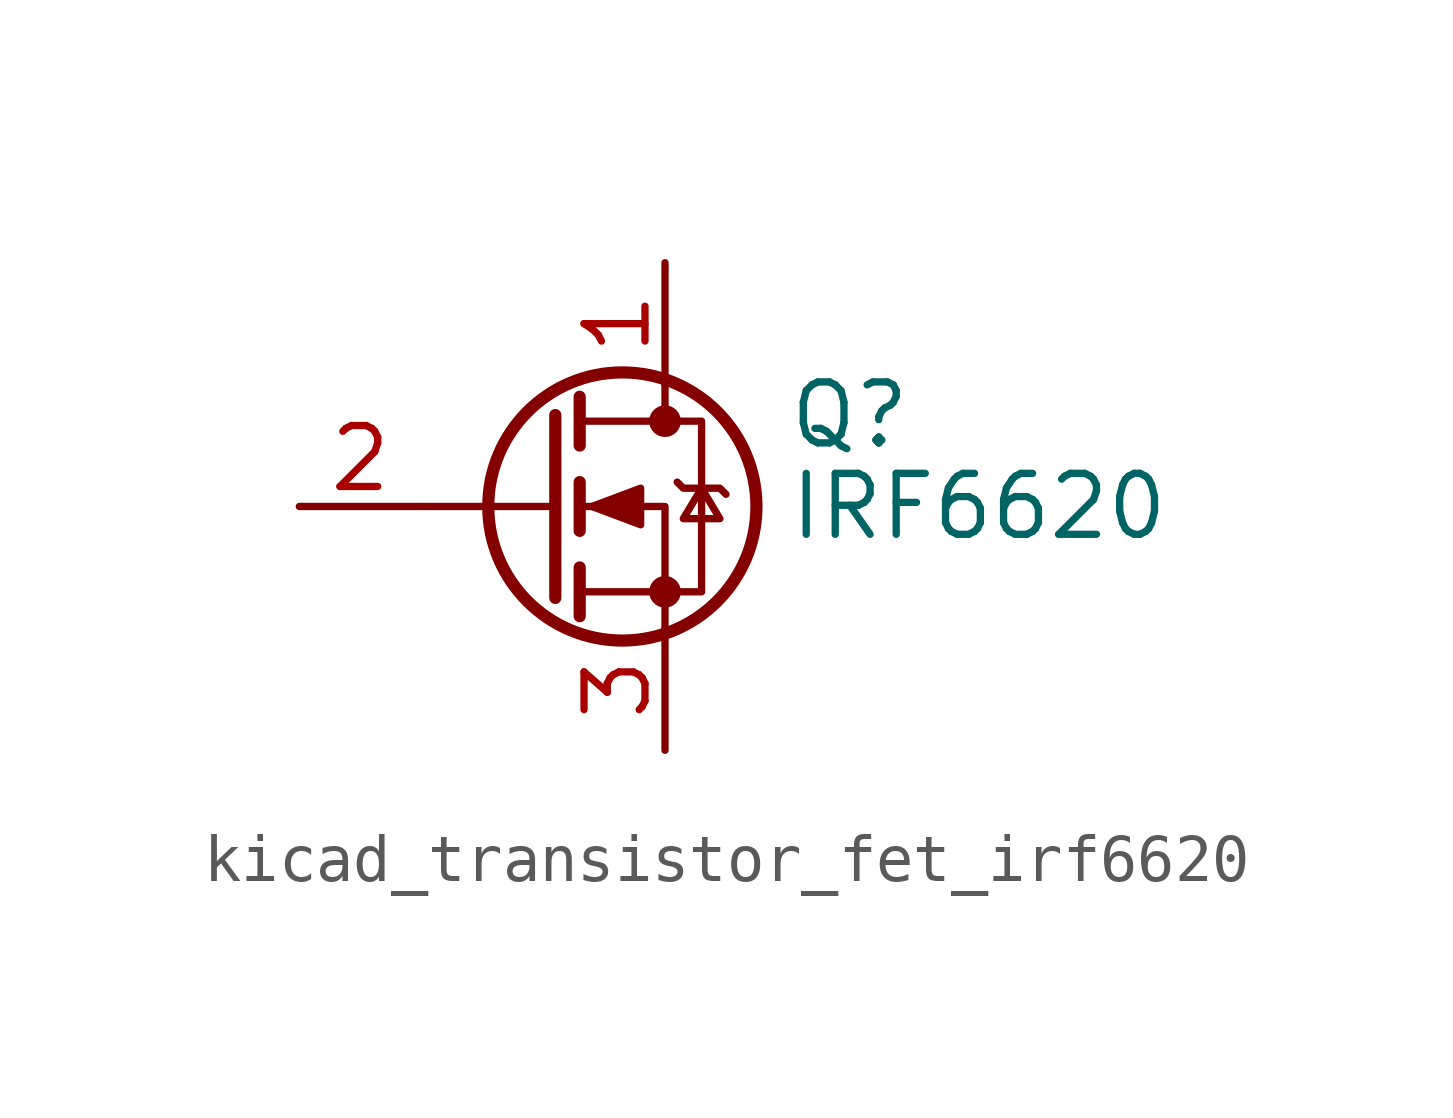
<source format=kicad_sym>
(kicad_symbol_lib
  (version 20220914)
  (generator kicad_symbol_editor)
  (symbol "kicad_transistor_fet_irf6620"
    (pin_names hide)
    (property "Reference" "Q"
      (at 5.08 1.905 0)
      (effects (font (size 1.27 1.27)) (justify left)))
    (property "Value" "IRF6620"
      (at 5.08 0 0)
      (effects (font (size 1.27 1.27)) (justify left)))
    (symbol "kicad_transistor_fet_irf6620_0_1"
      (polyline (pts (xy 0.254 0) (xy -2.54 0)) (stroke (width 0) (type default)) (fill (type none)))
      (polyline (pts (xy 0.254 1.905) (xy 0.254 -1.905)) (stroke (width 0.254) (type default)) (fill (type none)))
      (polyline (pts (xy 0.762 -1.27) (xy 0.762 -2.286)) (stroke (width 0.254) (type default)) (fill (type none)))
      (polyline (pts (xy 0.762 0.508) (xy 0.762 -0.508)) (stroke (width 0.254) (type default)) (fill (type none)))
      (polyline (pts (xy 0.762 2.286) (xy 0.762 1.27)) (stroke (width 0.254) (type default)) (fill (type none)))
      (polyline (pts (xy 2.54 2.54) (xy 2.54 1.778)) (stroke (width 0) (type default)) (fill (type none)))
      (polyline (pts (xy 2.54 -2.54) (xy 2.54 0) (xy 0.762 0)) (stroke (width 0) (type default)) (fill (type none)))
      (polyline (pts (xy 0.762 -1.778) (xy 3.302 -1.778) (xy 3.302 1.778) (xy 0.762 1.778)) (stroke (width 0) (type default)) (fill (type none)))
      (polyline (pts (xy 1.016 0) (xy 2.032 0.381) (xy 2.032 -0.381) (xy 1.016 0)) (stroke (width 0) (type default)) (fill (type outline)))
      (polyline (pts (xy 2.794 0.508) (xy 2.921 0.381) (xy 3.683 0.381) (xy 3.81 0.254)) (stroke (width 0) (type default)) (fill (type none)))
      (polyline (pts (xy 3.302 0.381) (xy 2.921 -0.254) (xy 3.683 -0.254) (xy 3.302 0.381)) (stroke (width 0) (type default)) (fill (type none)))
      (circle (center 1.651 0) (radius 2.794) (stroke (width 0.254) (type default)) (fill (type none)))
      (circle (center 2.54 -1.778) (radius 0.254) (stroke (width 0) (type default)) (fill (type outline)))
      (circle (center 2.54 1.778) (radius 0.254) (stroke (width 0) (type default)) (fill (type outline))))
    (symbol "kicad_transistor_fet_irf6620_1_1"
      (pin passive line (at 2.54 5.08 270) (length 2.54) (name "D" (effects (font (size 1.27 1.27)))) (number "1" (effects (font (size 1.27 1.27)))))
      (pin input line (at -5.08 0 0) (length 2.54) (name "G" (effects (font (size 1.27 1.27)))) (number "2" (effects (font (size 1.27 1.27)))))
      (pin passive line (at 2.54 -5.08 90) (length 2.54) (name "S" (effects (font (size 1.27 1.27)))) (number "3" (effects (font (size 1.27 1.27))))))))
</source>
